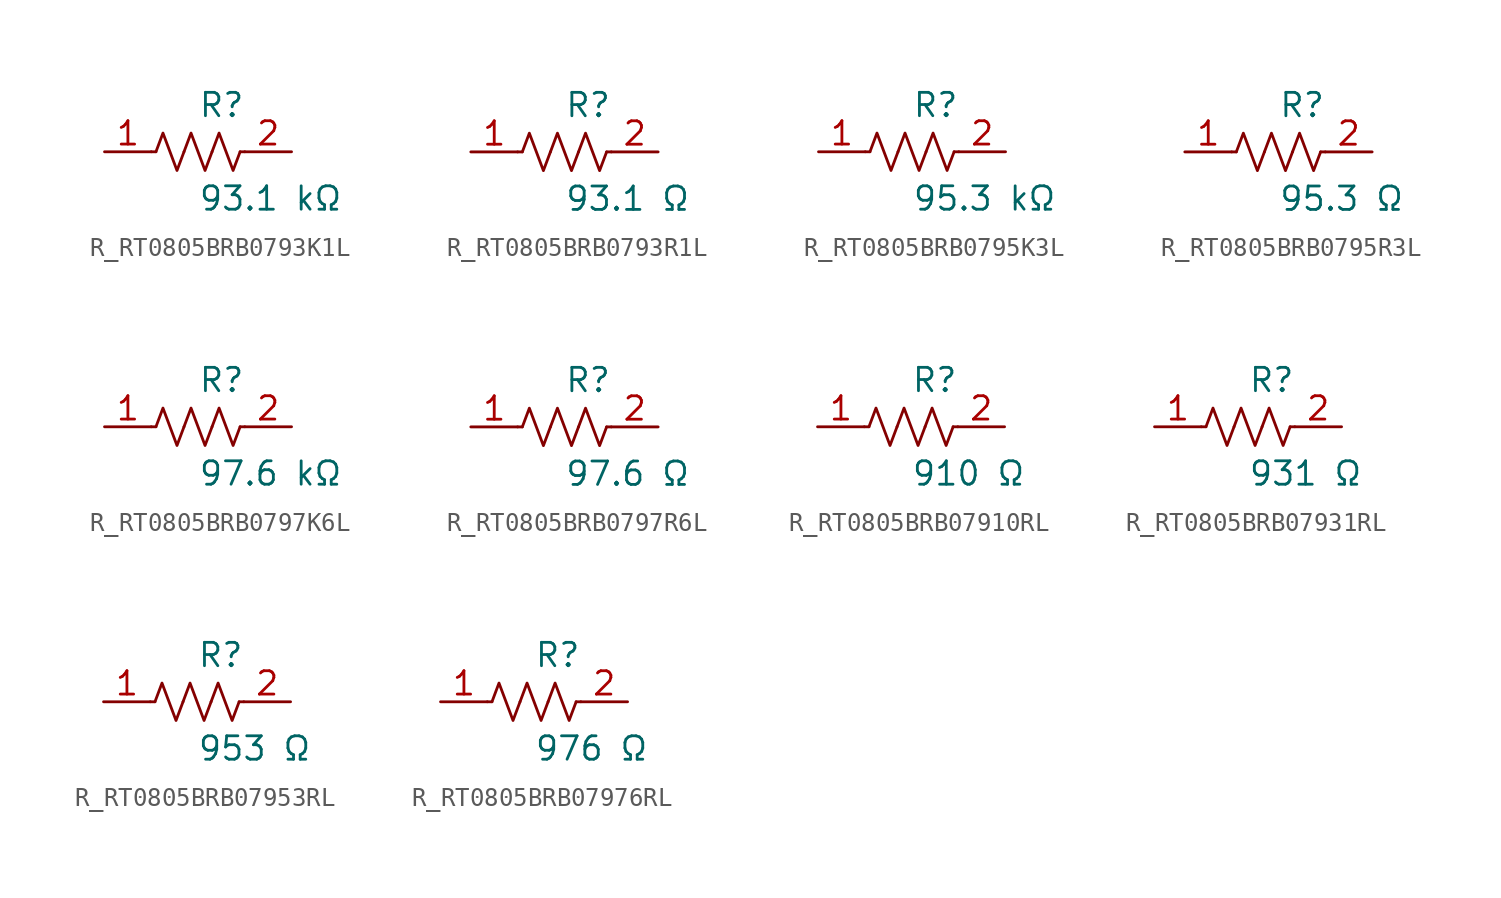
<source format=kicad_sym>
(kicad_symbol_lib
  (version 20231120)
  (generator kicad_symbol_editor)
  (generator_version 8.0)
  (symbol "R_RT0805BRB0793K1L"
    (pin_names
      (offset 0.254))
    (property "Reference" "R"
      (at 0 2.54 0)
      (effects (font (size 1.27 1.27)) (justify left)))
    (property "Value" "93.1 kΩ"
      (at 0 -2.54 0)
      (effects (font (size 1.27 1.27)) (justify left)))
    (symbol "R_RT0805BRB0793K1L_0_1"
      (polyline (pts (xy 2.286 0) (xy 2.54 0)) (stroke (width 0) (type default)) (fill (type none)))
      (polyline (pts (xy -2.286 0) (xy -2.54 0)) (stroke (width 0) (type default)) (fill (type none)))
      (polyline (pts (xy 0.762 0) (xy 1.143 1.016) (xy 1.524 0) (xy 1.905 -1.016) (xy 2.286 0)) (stroke (width 0) (type default)) (fill (type none)))
      (polyline (pts (xy -0.762 0) (xy -0.381 1.016) (xy 0 0) (xy 0.381 -1.016) (xy 0.762 0)) (stroke (width 0) (type default)) (fill (type none)))
      (polyline (pts (xy -2.286 0) (xy -1.905 1.016) (xy -1.524 0) (xy -1.143 -1.016) (xy -0.762 0)) (stroke (width 0) (type default)) (fill (type none))))
    (pin unspecified line
      (at -5.08 0 0)
      (length 2.54)
      (name "" (effects (font (size 1.27 1.27))))
      (number "1" (effects (font (size 1.27 1.27)))))
    (pin unspecified line
      (at 5.08 0 180)
      (length 2.54)
      (name "" (effects (font (size 1.27 1.27))))
      (number "2" (effects (font (size 1.27 1.27))))))
  (symbol "R_RT0805BRB0793R1L"
    (pin_names
      (offset 0.254))
    (property "Reference" "R"
      (at 0 2.54 0)
      (effects (font (size 1.27 1.27)) (justify left)))
    (property "Value" "93.1 Ω"
      (at 0 -2.54 0)
      (effects (font (size 1.27 1.27)) (justify left)))
    (symbol "R_RT0805BRB0793R1L_0_1"
      (polyline (pts (xy 2.286 0) (xy 2.54 0)) (stroke (width 0) (type default)) (fill (type none)))
      (polyline (pts (xy -2.286 0) (xy -2.54 0)) (stroke (width 0) (type default)) (fill (type none)))
      (polyline (pts (xy 0.762 0) (xy 1.143 1.016) (xy 1.524 0) (xy 1.905 -1.016) (xy 2.286 0)) (stroke (width 0) (type default)) (fill (type none)))
      (polyline (pts (xy -0.762 0) (xy -0.381 1.016) (xy 0 0) (xy 0.381 -1.016) (xy 0.762 0)) (stroke (width 0) (type default)) (fill (type none)))
      (polyline (pts (xy -2.286 0) (xy -1.905 1.016) (xy -1.524 0) (xy -1.143 -1.016) (xy -0.762 0)) (stroke (width 0) (type default)) (fill (type none))))
    (pin unspecified line
      (at -5.08 0 0)
      (length 2.54)
      (name "" (effects (font (size 1.27 1.27))))
      (number "1" (effects (font (size 1.27 1.27)))))
    (pin unspecified line
      (at 5.08 0 180)
      (length 2.54)
      (name "" (effects (font (size 1.27 1.27))))
      (number "2" (effects (font (size 1.27 1.27))))))
  (symbol "R_RT0805BRB0795K3L"
    (pin_names
      (offset 0.254))
    (property "Reference" "R"
      (at 0 2.54 0)
      (effects (font (size 1.27 1.27)) (justify left)))
    (property "Value" "95.3 kΩ"
      (at 0 -2.54 0)
      (effects (font (size 1.27 1.27)) (justify left)))
    (symbol "R_RT0805BRB0795K3L_0_1"
      (polyline (pts (xy 2.286 0) (xy 2.54 0)) (stroke (width 0) (type default)) (fill (type none)))
      (polyline (pts (xy -2.286 0) (xy -2.54 0)) (stroke (width 0) (type default)) (fill (type none)))
      (polyline (pts (xy 0.762 0) (xy 1.143 1.016) (xy 1.524 0) (xy 1.905 -1.016) (xy 2.286 0)) (stroke (width 0) (type default)) (fill (type none)))
      (polyline (pts (xy -0.762 0) (xy -0.381 1.016) (xy 0 0) (xy 0.381 -1.016) (xy 0.762 0)) (stroke (width 0) (type default)) (fill (type none)))
      (polyline (pts (xy -2.286 0) (xy -1.905 1.016) (xy -1.524 0) (xy -1.143 -1.016) (xy -0.762 0)) (stroke (width 0) (type default)) (fill (type none))))
    (pin unspecified line
      (at -5.08 0 0)
      (length 2.54)
      (name "" (effects (font (size 1.27 1.27))))
      (number "1" (effects (font (size 1.27 1.27)))))
    (pin unspecified line
      (at 5.08 0 180)
      (length 2.54)
      (name "" (effects (font (size 1.27 1.27))))
      (number "2" (effects (font (size 1.27 1.27))))))
  (symbol "R_RT0805BRB0795R3L"
    (pin_names
      (offset 0.254))
    (property "Reference" "R"
      (at 0 2.54 0)
      (effects (font (size 1.27 1.27)) (justify left)))
    (property "Value" "95.3 Ω"
      (at 0 -2.54 0)
      (effects (font (size 1.27 1.27)) (justify left)))
    (symbol "R_RT0805BRB0795R3L_0_1"
      (polyline (pts (xy 2.286 0) (xy 2.54 0)) (stroke (width 0) (type default)) (fill (type none)))
      (polyline (pts (xy -2.286 0) (xy -2.54 0)) (stroke (width 0) (type default)) (fill (type none)))
      (polyline (pts (xy 0.762 0) (xy 1.143 1.016) (xy 1.524 0) (xy 1.905 -1.016) (xy 2.286 0)) (stroke (width 0) (type default)) (fill (type none)))
      (polyline (pts (xy -0.762 0) (xy -0.381 1.016) (xy 0 0) (xy 0.381 -1.016) (xy 0.762 0)) (stroke (width 0) (type default)) (fill (type none)))
      (polyline (pts (xy -2.286 0) (xy -1.905 1.016) (xy -1.524 0) (xy -1.143 -1.016) (xy -0.762 0)) (stroke (width 0) (type default)) (fill (type none))))
    (pin unspecified line
      (at -5.08 0 0)
      (length 2.54)
      (name "" (effects (font (size 1.27 1.27))))
      (number "1" (effects (font (size 1.27 1.27)))))
    (pin unspecified line
      (at 5.08 0 180)
      (length 2.54)
      (name "" (effects (font (size 1.27 1.27))))
      (number "2" (effects (font (size 1.27 1.27))))))
  (symbol "R_RT0805BRB0797K6L"
    (pin_names
      (offset 0.254))
    (property "Reference" "R"
      (at 0 2.54 0)
      (effects (font (size 1.27 1.27)) (justify left)))
    (property "Value" "97.6 kΩ"
      (at 0 -2.54 0)
      (effects (font (size 1.27 1.27)) (justify left)))
    (symbol "R_RT0805BRB0797K6L_0_1"
      (polyline (pts (xy 2.286 0) (xy 2.54 0)) (stroke (width 0) (type default)) (fill (type none)))
      (polyline (pts (xy -2.286 0) (xy -2.54 0)) (stroke (width 0) (type default)) (fill (type none)))
      (polyline (pts (xy 0.762 0) (xy 1.143 1.016) (xy 1.524 0) (xy 1.905 -1.016) (xy 2.286 0)) (stroke (width 0) (type default)) (fill (type none)))
      (polyline (pts (xy -0.762 0) (xy -0.381 1.016) (xy 0 0) (xy 0.381 -1.016) (xy 0.762 0)) (stroke (width 0) (type default)) (fill (type none)))
      (polyline (pts (xy -2.286 0) (xy -1.905 1.016) (xy -1.524 0) (xy -1.143 -1.016) (xy -0.762 0)) (stroke (width 0) (type default)) (fill (type none))))
    (pin unspecified line
      (at -5.08 0 0)
      (length 2.54)
      (name "" (effects (font (size 1.27 1.27))))
      (number "1" (effects (font (size 1.27 1.27)))))
    (pin unspecified line
      (at 5.08 0 180)
      (length 2.54)
      (name "" (effects (font (size 1.27 1.27))))
      (number "2" (effects (font (size 1.27 1.27))))))
  (symbol "R_RT0805BRB0797R6L"
    (pin_names
      (offset 0.254))
    (property "Reference" "R"
      (at 0 2.54 0)
      (effects (font (size 1.27 1.27)) (justify left)))
    (property "Value" "97.6 Ω"
      (at 0 -2.54 0)
      (effects (font (size 1.27 1.27)) (justify left)))
    (symbol "R_RT0805BRB0797R6L_0_1"
      (polyline (pts (xy 2.286 0) (xy 2.54 0)) (stroke (width 0) (type default)) (fill (type none)))
      (polyline (pts (xy -2.286 0) (xy -2.54 0)) (stroke (width 0) (type default)) (fill (type none)))
      (polyline (pts (xy 0.762 0) (xy 1.143 1.016) (xy 1.524 0) (xy 1.905 -1.016) (xy 2.286 0)) (stroke (width 0) (type default)) (fill (type none)))
      (polyline (pts (xy -0.762 0) (xy -0.381 1.016) (xy 0 0) (xy 0.381 -1.016) (xy 0.762 0)) (stroke (width 0) (type default)) (fill (type none)))
      (polyline (pts (xy -2.286 0) (xy -1.905 1.016) (xy -1.524 0) (xy -1.143 -1.016) (xy -0.762 0)) (stroke (width 0) (type default)) (fill (type none))))
    (pin unspecified line
      (at -5.08 0 0)
      (length 2.54)
      (name "" (effects (font (size 1.27 1.27))))
      (number "1" (effects (font (size 1.27 1.27)))))
    (pin unspecified line
      (at 5.08 0 180)
      (length 2.54)
      (name "" (effects (font (size 1.27 1.27))))
      (number "2" (effects (font (size 1.27 1.27))))))
  (symbol "R_RT0805BRB07910RL"
    (pin_names
      (offset 0.254))
    (property "Reference" "R"
      (at 0 2.54 0)
      (effects (font (size 1.27 1.27)) (justify left)))
    (property "Value" "910 Ω"
      (at 0 -2.54 0)
      (effects (font (size 1.27 1.27)) (justify left)))
    (symbol "R_RT0805BRB07910RL_0_1"
      (polyline (pts (xy 2.286 0) (xy 2.54 0)) (stroke (width 0) (type default)) (fill (type none)))
      (polyline (pts (xy -2.286 0) (xy -2.54 0)) (stroke (width 0) (type default)) (fill (type none)))
      (polyline (pts (xy 0.762 0) (xy 1.143 1.016) (xy 1.524 0) (xy 1.905 -1.016) (xy 2.286 0)) (stroke (width 0) (type default)) (fill (type none)))
      (polyline (pts (xy -0.762 0) (xy -0.381 1.016) (xy 0 0) (xy 0.381 -1.016) (xy 0.762 0)) (stroke (width 0) (type default)) (fill (type none)))
      (polyline (pts (xy -2.286 0) (xy -1.905 1.016) (xy -1.524 0) (xy -1.143 -1.016) (xy -0.762 0)) (stroke (width 0) (type default)) (fill (type none))))
    (pin unspecified line
      (at -5.08 0 0)
      (length 2.54)
      (name "" (effects (font (size 1.27 1.27))))
      (number "1" (effects (font (size 1.27 1.27)))))
    (pin unspecified line
      (at 5.08 0 180)
      (length 2.54)
      (name "" (effects (font (size 1.27 1.27))))
      (number "2" (effects (font (size 1.27 1.27))))))
  (symbol "R_RT0805BRB07931RL"
    (pin_names
      (offset 0.254))
    (property "Reference" "R"
      (at 0 2.54 0)
      (effects (font (size 1.27 1.27)) (justify left)))
    (property "Value" "931 Ω"
      (at 0 -2.54 0)
      (effects (font (size 1.27 1.27)) (justify left)))
    (symbol "R_RT0805BRB07931RL_0_1"
      (polyline (pts (xy 2.286 0) (xy 2.54 0)) (stroke (width 0) (type default)) (fill (type none)))
      (polyline (pts (xy -2.286 0) (xy -2.54 0)) (stroke (width 0) (type default)) (fill (type none)))
      (polyline (pts (xy 0.762 0) (xy 1.143 1.016) (xy 1.524 0) (xy 1.905 -1.016) (xy 2.286 0)) (stroke (width 0) (type default)) (fill (type none)))
      (polyline (pts (xy -0.762 0) (xy -0.381 1.016) (xy 0 0) (xy 0.381 -1.016) (xy 0.762 0)) (stroke (width 0) (type default)) (fill (type none)))
      (polyline (pts (xy -2.286 0) (xy -1.905 1.016) (xy -1.524 0) (xy -1.143 -1.016) (xy -0.762 0)) (stroke (width 0) (type default)) (fill (type none))))
    (pin unspecified line
      (at -5.08 0 0)
      (length 2.54)
      (name "" (effects (font (size 1.27 1.27))))
      (number "1" (effects (font (size 1.27 1.27)))))
    (pin unspecified line
      (at 5.08 0 180)
      (length 2.54)
      (name "" (effects (font (size 1.27 1.27))))
      (number "2" (effects (font (size 1.27 1.27))))))
  (symbol "R_RT0805BRB07953RL"
    (pin_names
      (offset 0.254))
    (property "Reference" "R"
      (at 0 2.54 0)
      (effects (font (size 1.27 1.27)) (justify left)))
    (property "Value" "953 Ω"
      (at 0 -2.54 0)
      (effects (font (size 1.27 1.27)) (justify left)))
    (symbol "R_RT0805BRB07953RL_0_1"
      (polyline (pts (xy 2.286 0) (xy 2.54 0)) (stroke (width 0) (type default)) (fill (type none)))
      (polyline (pts (xy -2.286 0) (xy -2.54 0)) (stroke (width 0) (type default)) (fill (type none)))
      (polyline (pts (xy 0.762 0) (xy 1.143 1.016) (xy 1.524 0) (xy 1.905 -1.016) (xy 2.286 0)) (stroke (width 0) (type default)) (fill (type none)))
      (polyline (pts (xy -0.762 0) (xy -0.381 1.016) (xy 0 0) (xy 0.381 -1.016) (xy 0.762 0)) (stroke (width 0) (type default)) (fill (type none)))
      (polyline (pts (xy -2.286 0) (xy -1.905 1.016) (xy -1.524 0) (xy -1.143 -1.016) (xy -0.762 0)) (stroke (width 0) (type default)) (fill (type none))))
    (pin unspecified line
      (at -5.08 0 0)
      (length 2.54)
      (name "" (effects (font (size 1.27 1.27))))
      (number "1" (effects (font (size 1.27 1.27)))))
    (pin unspecified line
      (at 5.08 0 180)
      (length 2.54)
      (name "" (effects (font (size 1.27 1.27))))
      (number "2" (effects (font (size 1.27 1.27))))))
  (symbol "R_RT0805BRB07976RL"
    (pin_names
      (offset 0.254))
    (property "Reference" "R"
      (at 0 2.54 0)
      (effects (font (size 1.27 1.27)) (justify left)))
    (property "Value" "976 Ω"
      (at 0 -2.54 0)
      (effects (font (size 1.27 1.27)) (justify left)))
    (symbol "R_RT0805BRB07976RL_0_1"
      (polyline (pts (xy 2.286 0) (xy 2.54 0)) (stroke (width 0) (type default)) (fill (type none)))
      (polyline (pts (xy -2.286 0) (xy -2.54 0)) (stroke (width 0) (type default)) (fill (type none)))
      (polyline (pts (xy 0.762 0) (xy 1.143 1.016) (xy 1.524 0) (xy 1.905 -1.016) (xy 2.286 0)) (stroke (width 0) (type default)) (fill (type none)))
      (polyline (pts (xy -0.762 0) (xy -0.381 1.016) (xy 0 0) (xy 0.381 -1.016) (xy 0.762 0)) (stroke (width 0) (type default)) (fill (type none)))
      (polyline (pts (xy -2.286 0) (xy -1.905 1.016) (xy -1.524 0) (xy -1.143 -1.016) (xy -0.762 0)) (stroke (width 0) (type default)) (fill (type none))))
    (pin unspecified line
      (at -5.08 0 0)
      (length 2.54)
      (name "" (effects (font (size 1.27 1.27))))
      (number "1" (effects (font (size 1.27 1.27)))))
    (pin unspecified line
      (at 5.08 0 180)
      (length 2.54)
      (name "" (effects (font (size 1.27 1.27))))
      (number "2" (effects (font (size 1.27 1.27)))))))
</source>
